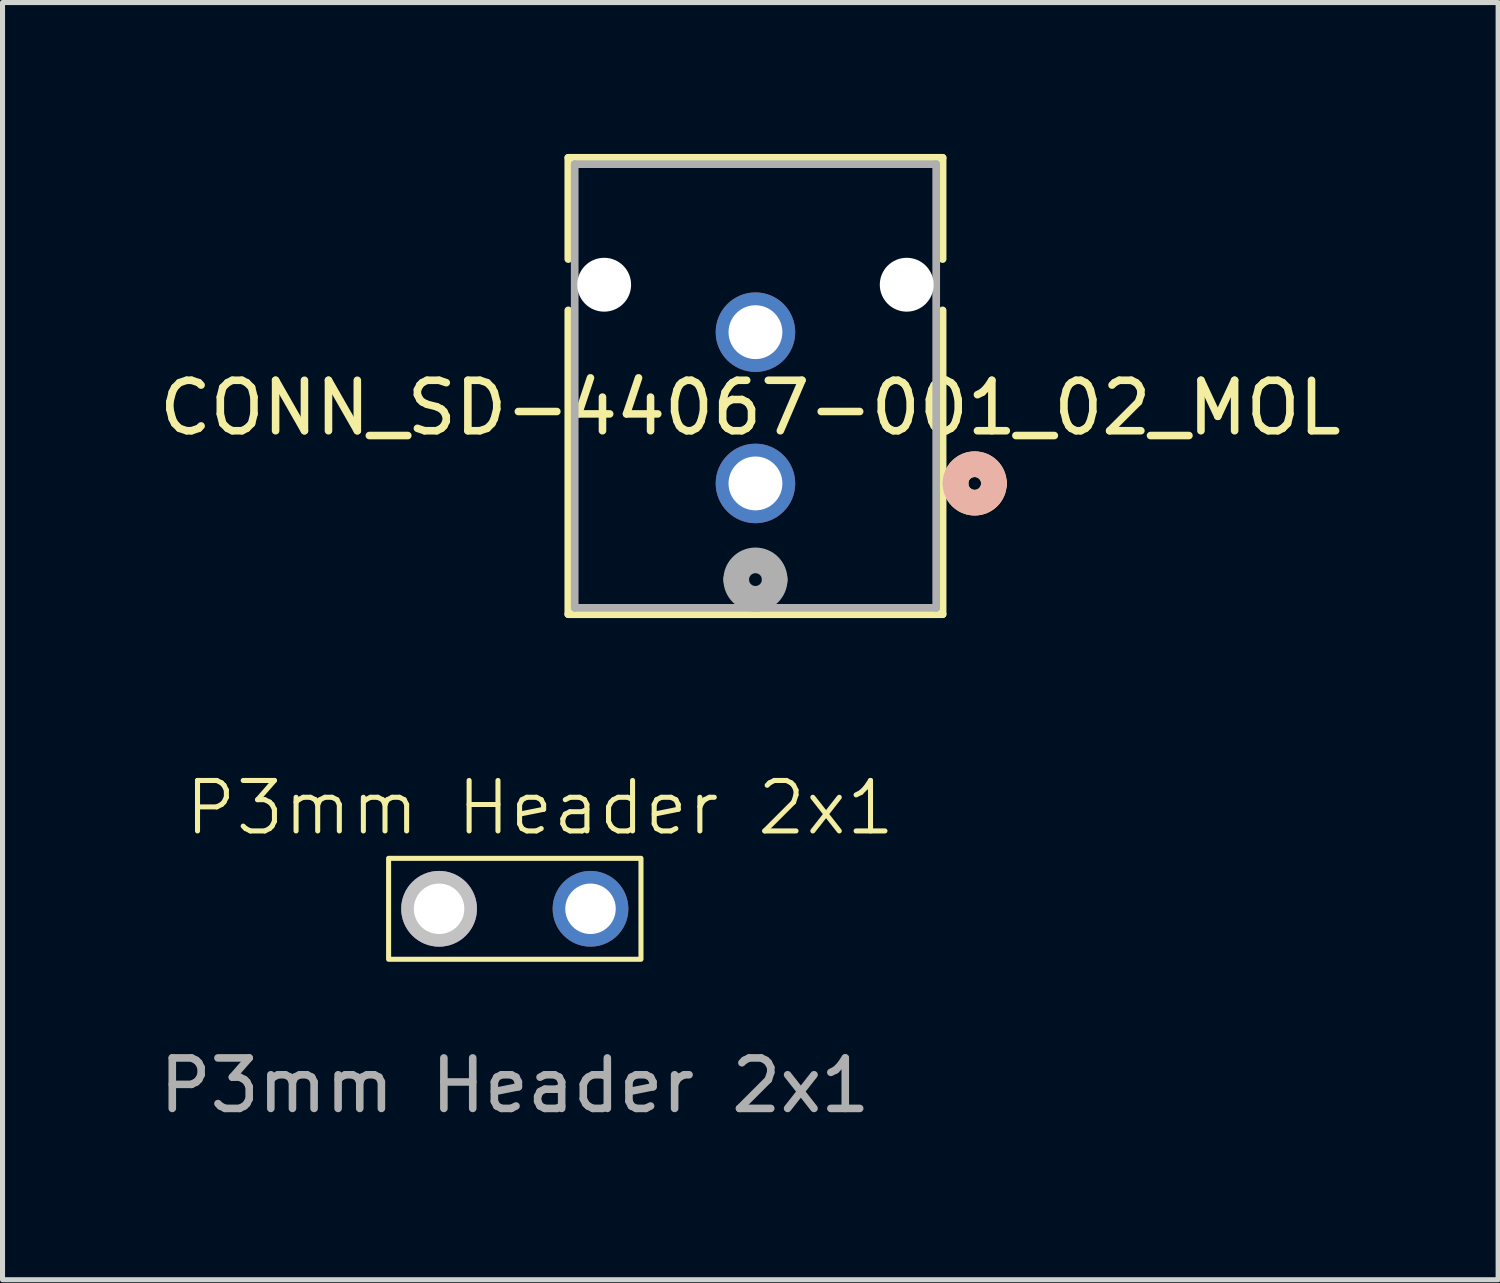
<source format=kicad_pcb>
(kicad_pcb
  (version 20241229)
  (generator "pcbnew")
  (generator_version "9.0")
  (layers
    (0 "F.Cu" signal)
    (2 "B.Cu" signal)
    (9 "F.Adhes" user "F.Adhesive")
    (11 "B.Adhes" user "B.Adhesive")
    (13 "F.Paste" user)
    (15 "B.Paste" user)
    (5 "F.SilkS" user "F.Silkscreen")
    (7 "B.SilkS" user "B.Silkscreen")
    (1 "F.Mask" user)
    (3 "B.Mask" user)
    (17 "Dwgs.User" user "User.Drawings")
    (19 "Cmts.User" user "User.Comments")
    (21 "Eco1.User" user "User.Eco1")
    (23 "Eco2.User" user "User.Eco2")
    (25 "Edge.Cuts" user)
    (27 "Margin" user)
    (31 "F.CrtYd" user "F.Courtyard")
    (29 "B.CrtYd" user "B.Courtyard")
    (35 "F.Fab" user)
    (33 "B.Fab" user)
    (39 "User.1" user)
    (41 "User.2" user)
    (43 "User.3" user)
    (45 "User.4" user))
  (footprint "P3mm Header 2x1"
    (layer "F.Cu")
    (at 7.149 14.955)
    (property "Reference" "P3mm Header 2x1" (at 0.5 -2 0) (unlocked yes) (layer "F.SilkS") (effects (font (size 1 1) (thickness 0.1))))
    (attr through_hole)
    (fp_rect (start -2.5 -1) (end 2.5 1) (stroke (width 0.1) (type default)) (fill no) (layer "F.SilkS"))
    (fp_text user "${REFERENCE}" (at 0 3.5 0) (unlocked yes) (layer "F.Fab") (effects (font (size 1 1) (thickness 0.15))))
    (pad "1" thru_hole circle (at -1.5 0) (size 1.5 1.5) (drill 1) (layers "*.Cu" "*.Mask" "Dwgs.User"))
    (pad "2" thru_hole circle (at 1.5 0) (size 1.5 1.5) (drill 1) (layers "*.Cu" "*.Mask")))
  (footprint "CONN_SD-44067-001_02_MOL"
    (layer "F.Cu")
    (at 11.917 6.528)
    (property "Reference" "CONN_SD-44067-001_02_MOL" (at -0.102 -1.499 0) (layer "F.SilkS") (effects (font (size 1 1) (thickness 0.15))))
    (attr through_hole)
    (fp_line (start -3.708 -6.452) (end -3.708 -4.445) (stroke (width 0.152) (type solid)) (layer "F.SilkS"))
    (fp_line (start -3.708 -3.429) (end -3.708 2.591) (stroke (width 0.152) (type solid)) (layer "F.SilkS"))
    (fp_line (start -3.708 2.591) (end 3.708 2.591) (stroke (width 0.152) (type solid)) (layer "F.SilkS"))
    (fp_line (start 3.708 -6.452) (end -3.708 -6.452) (stroke (width 0.152) (type solid)) (layer "F.SilkS"))
    (fp_line (start 3.708 -4.445) (end 3.708 -6.452) (stroke (width 0.152) (type solid)) (layer "F.SilkS"))
    (fp_line (start 3.708 2.591) (end 3.708 -3.429) (stroke (width 0.152) (type solid)) (layer "F.SilkS"))
    (fp_arc (start 3.9624 0) (mid 4.3434 -0.381) (end 4.7244 0) (stroke (width 0.508) (type solid)) (layer "F.SilkS"))
    (fp_arc (start 4.7244 0) (mid 4.3434 0.381) (end 3.9624 0) (stroke (width 0.508) (type solid)) (layer "F.SilkS"))
    (fp_arc (start 3.9624 0) (mid 4.3434 -0.381) (end 4.7244 0) (stroke (width 0.508) (type solid)) (layer "B.SilkS"))
    (fp_arc (start 4.7244 0) (mid 4.3434 0.381) (end 3.9624 0) (stroke (width 0.508) (type solid)) (layer "B.SilkS"))
    (fp_line (start -3.581 -6.325) (end -3.581 2.464) (stroke (width 0.152) (type solid)) (layer "F.Fab"))
    (fp_line (start -3.581 2.464) (end 3.581 2.464) (stroke (width 0.152) (type solid)) (layer "F.Fab"))
    (fp_line (start 3.581 -6.325) (end -3.581 -6.325) (stroke (width 0.152) (type solid)) (layer "F.Fab"))
    (fp_line (start 3.581 2.464) (end 3.581 -6.325) (stroke (width 0.152) (type solid)) (layer "F.Fab"))
    (fp_arc (start -0.381 1.905) (mid 0 1.524) (end 0.381 1.905) (stroke (width 0.508) (type solid)) (layer "F.Fab"))
    (fp_arc (start 0.381 1.905) (mid 0 2.286) (end -0.381 1.905) (stroke (width 0.508) (type solid)) (layer "F.Fab"))
    (pad "" np_thru_hole circle (at -2.997 -3.937) (size 1.067 1.067) (drill 1.067) (layers "*.Cu" "*.Mask"))
    (pad "" np_thru_hole circle (at 2.997 -3.937) (size 1.067 1.067) (drill 1.067) (layers "*.Cu" "*.Mask"))
    (pad "1" thru_hole circle (at 0 0) (size 1.575 1.575) (drill 1.067) (layers "*.Cu" "*.Mask"))
    (pad "2" thru_hole circle (at 0 -2.997) (size 1.575 1.575) (drill 1.067) (layers "*.Cu" "*.Mask")))
  (gr_rect
    (start -3 -3)
    (end 26.631 22.304)
    (stroke (width 0.1) (type default))
    (fill no)
    (layer "Edge.Cuts")))
</source>
